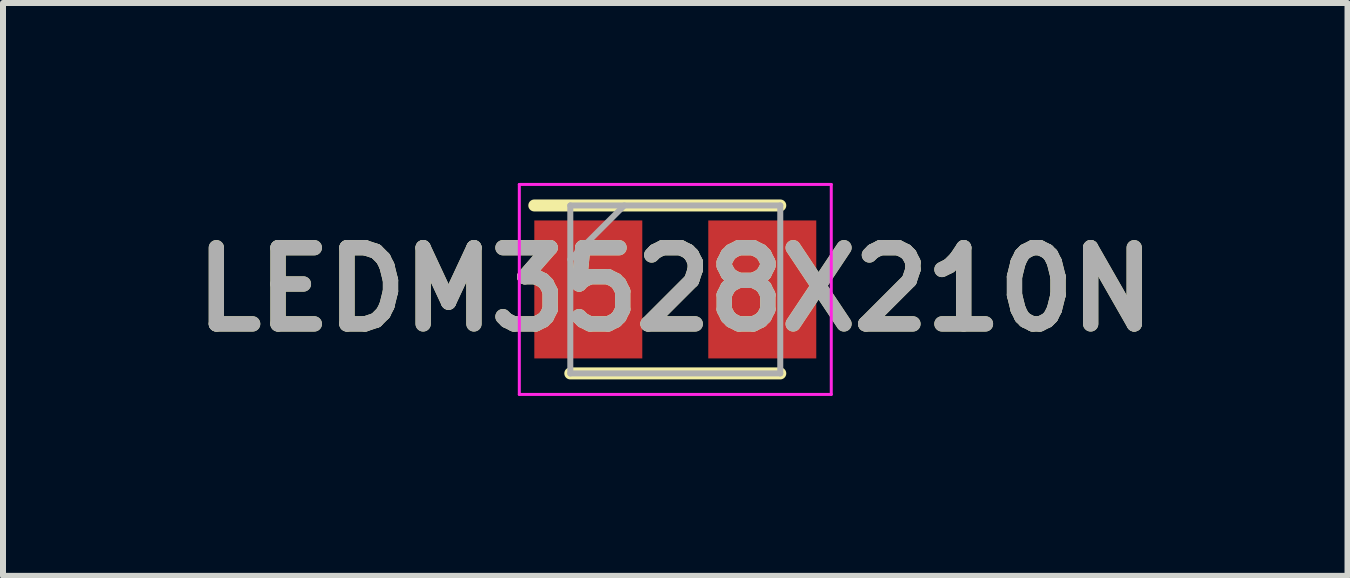
<source format=kicad_pcb>
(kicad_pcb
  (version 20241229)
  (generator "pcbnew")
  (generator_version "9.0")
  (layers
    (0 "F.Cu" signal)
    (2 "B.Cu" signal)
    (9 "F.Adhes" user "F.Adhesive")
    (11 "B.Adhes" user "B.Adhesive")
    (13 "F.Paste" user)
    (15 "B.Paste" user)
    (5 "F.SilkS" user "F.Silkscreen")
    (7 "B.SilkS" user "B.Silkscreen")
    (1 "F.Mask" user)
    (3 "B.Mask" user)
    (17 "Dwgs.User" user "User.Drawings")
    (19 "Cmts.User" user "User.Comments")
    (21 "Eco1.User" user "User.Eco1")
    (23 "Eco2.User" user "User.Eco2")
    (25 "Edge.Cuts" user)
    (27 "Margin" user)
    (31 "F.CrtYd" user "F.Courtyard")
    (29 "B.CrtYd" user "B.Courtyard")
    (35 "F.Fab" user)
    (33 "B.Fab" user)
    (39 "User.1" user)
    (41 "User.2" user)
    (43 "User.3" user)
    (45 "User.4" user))
  (footprint "LEDM3528X210N"
    (layer "F.Cu")
    (at 8.207 1.775)
    (property "Reference" "LEDM3528X210N" (at 0 0 0) (layer "F.SilkS") (effects (font (size 1.27 1.27) (thickness 0.254))))
    (attr smd)
    (fp_line (start -1.75 1.4) (end 1.75 1.4) (stroke (width 0.2) (type solid)) (layer "F.SilkS"))
    (fp_line (start 1.75 -1.4) (end -2.35 -1.4) (stroke (width 0.2) (type solid)) (layer "F.SilkS"))
    (fp_line (start -2.6 -1.75) (end 2.6 -1.75) (stroke (width 0.05) (type solid)) (layer "F.CrtYd"))
    (fp_line (start -2.6 1.75) (end -2.6 -1.75) (stroke (width 0.05) (type solid)) (layer "F.CrtYd"))
    (fp_line (start 2.6 -1.75) (end 2.6 1.75) (stroke (width 0.05) (type solid)) (layer "F.CrtYd"))
    (fp_line (start 2.6 1.75) (end -2.6 1.75) (stroke (width 0.05) (type solid)) (layer "F.CrtYd"))
    (fp_line (start -1.75 -1.4) (end 1.75 -1.4) (stroke (width 0.1) (type solid)) (layer "F.Fab"))
    (fp_line (start -1.75 -0.5) (end -0.85 -1.4) (stroke (width 0.1) (type solid)) (layer "F.Fab"))
    (fp_line (start -1.75 1.4) (end -1.75 -1.4) (stroke (width 0.1) (type solid)) (layer "F.Fab"))
    (fp_line (start 1.75 -1.4) (end 1.75 1.4) (stroke (width 0.1) (type solid)) (layer "F.Fab"))
    (fp_line (start 1.75 1.4) (end -1.75 1.4) (stroke (width 0.1) (type solid)) (layer "F.Fab"))
    (fp_text user "${REFERENCE}" (at 0 0 0) (layer "F.Fab") (effects (font (size 1.27 1.27) (thickness 0.254))))
    (pad "1" smd rect (at -1.45 0) (size 1.8 2.3) (layers "F.Cu" "F.Mask" "F.Paste"))
    (pad "2" smd rect (at 1.45 0) (size 1.8 2.3) (layers "F.Cu" "F.Mask" "F.Paste")))
  (gr_rect
    (start -3 -3)
    (end 19.413 6.55)
    (stroke (width 0.1) (type default))
    (fill no)
    (layer "Edge.Cuts")))
</source>
